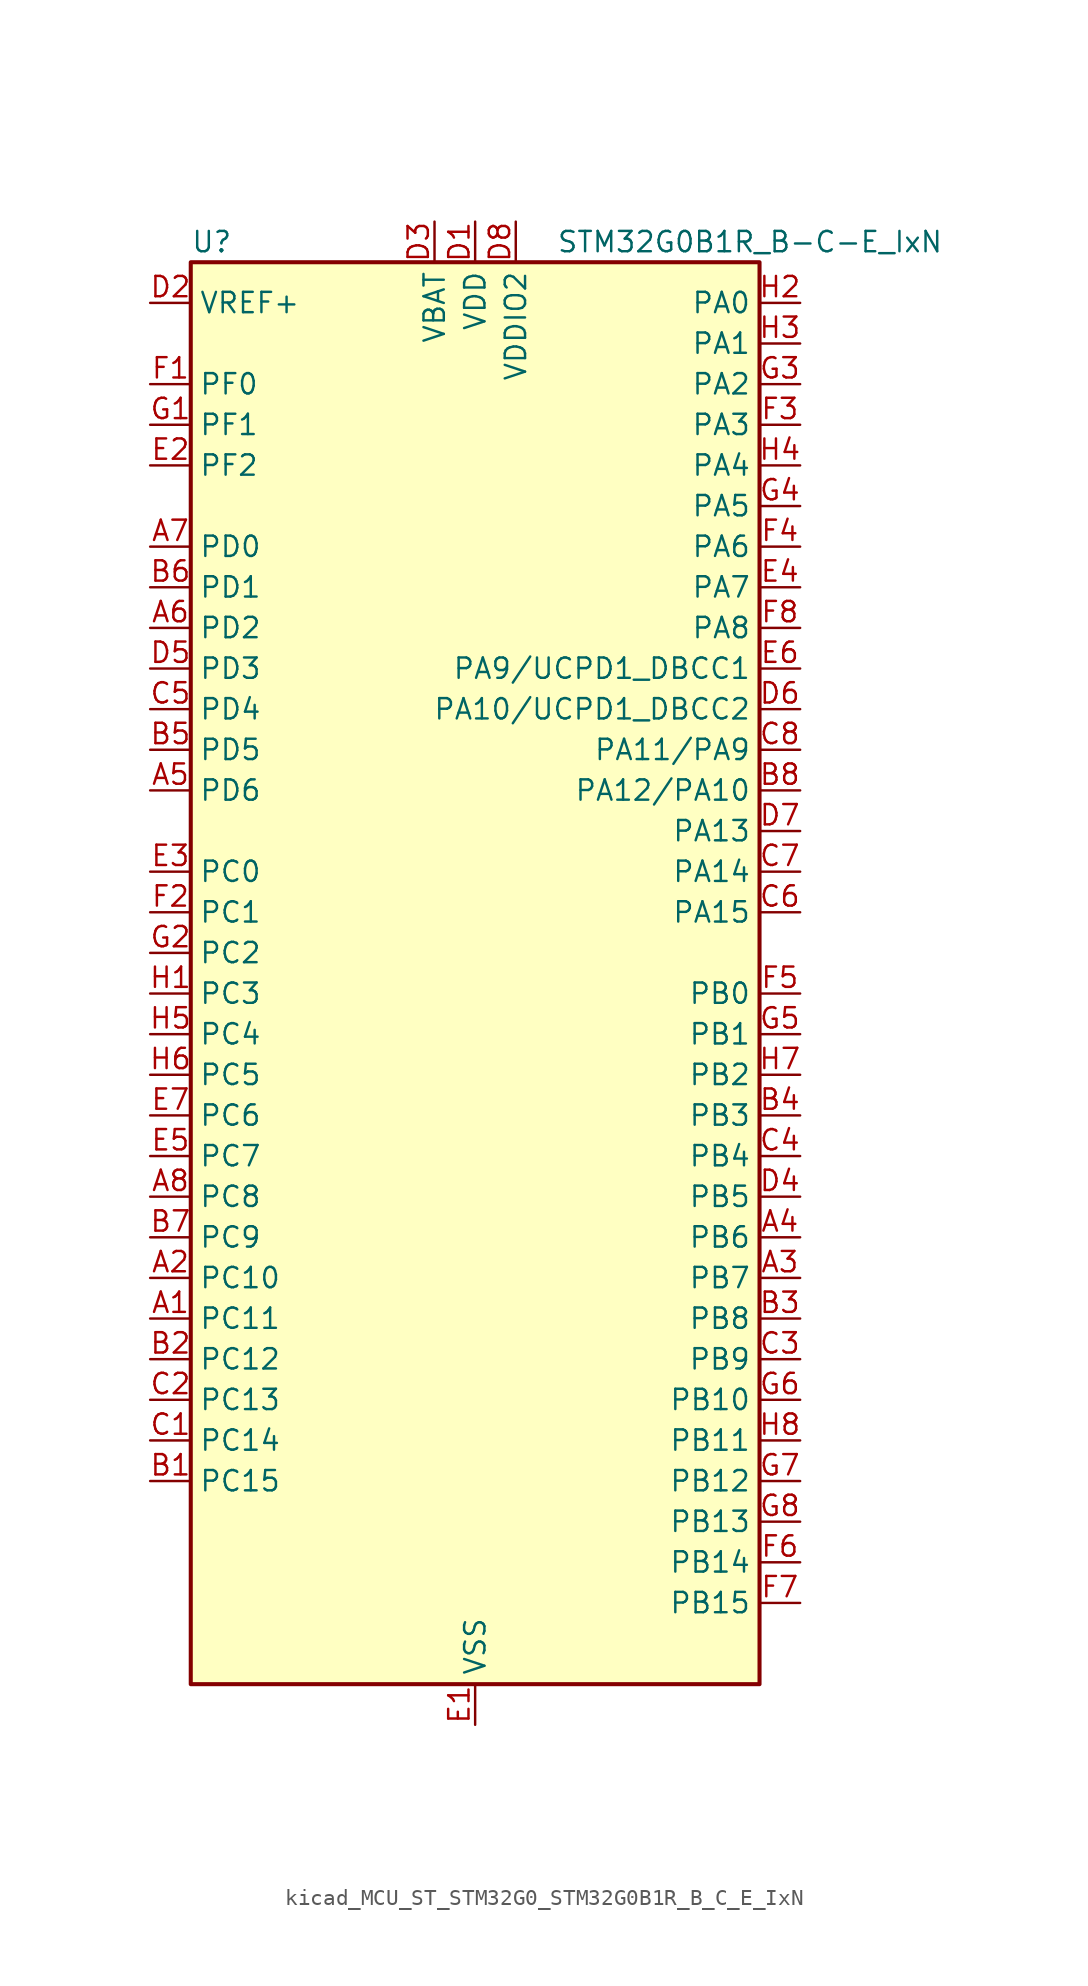
<source format=kicad_sym>
(kicad_symbol_lib
  (version 20220914)
  (generator kicad_symbol_editor)
  (symbol "kicad_MCU_ST_STM32G0_STM32G0B1R_B_C_E_IxN"
    (property "Reference" "U"
      (at -17.78 46.99 0)
      (effects (font (size 1.27 1.27)) (justify left)))
    (property "Value" "STM32G0B1R_B-C-E_IxN"
      (at 5.08 46.99 0)
      (effects (font (size 1.27 1.27)) (justify left)))
    (property "ki_locked" ""
      (at 0 0 0)
      (effects (font (size 1.27 1.27))))
    (symbol "kicad_MCU_ST_STM32G0_STM32G0B1R_B_C_E_IxN_0_1"
      (rectangle (start -17.78 -43.18) (end 17.78 45.72) (stroke (width 0.254) (type default)) (fill (type background))))
    (symbol "kicad_MCU_ST_STM32G0_STM32G0B1R_B_C_E_IxN_1_1"
      (pin bidirectional line (at -20.32 -20.32 0) (length 2.54) (name "PC11" (effects (font (size 1.27 1.27)))) (number "A1" (effects (font (size 1.27 1.27)))) (alternate "ADC1_EXTI11" bidirectional line) (alternate "SPI3_MISO" bidirectional line) (alternate "TIM1_CH4" bidirectional line) (alternate "USART3_RX" bidirectional line) (alternate "USART4_RX" bidirectional line))
      (pin bidirectional line (at -20.32 -17.78 0) (length 2.54) (name "PC10" (effects (font (size 1.27 1.27)))) (number "A2" (effects (font (size 1.27 1.27)))) (alternate "SPI3_SCK" bidirectional line) (alternate "TIM1_CH3" bidirectional line) (alternate "USART3_TX" bidirectional line) (alternate "USART4_TX" bidirectional line))
      (pin bidirectional line (at 20.32 -17.78 180) (length 2.54) (name "PB7" (effects (font (size 1.27 1.27)))) (number "A3" (effects (font (size 1.27 1.27)))) (alternate "COMP2_INM" bidirectional line) (alternate "I2C1_SDA" bidirectional line) (alternate "I2S2_SD" bidirectional line) (alternate "LPTIM1_IN2" bidirectional line) (alternate "LPUART2_RX" bidirectional line) (alternate "SPI2_MOSI" bidirectional line) (alternate "SYS_PVD_IN" bidirectional line) (alternate "TIM17_CH1N" bidirectional line) (alternate "TIM4_CH2" bidirectional line) (alternate "USART1_RX" bidirectional line) (alternate "USART4_CTS" bidirectional line) (alternate "USART4_NSS" bidirectional line))
      (pin bidirectional line (at 20.32 -15.24 180) (length 2.54) (name "PB6" (effects (font (size 1.27 1.27)))) (number "A4" (effects (font (size 1.27 1.27)))) (alternate "COMP2_INP" bidirectional line) (alternate "FDCAN2_TX" bidirectional line) (alternate "I2C1_SCL" bidirectional line) (alternate "I2S2_MCK" bidirectional line) (alternate "LPTIM1_ETR" bidirectional line) (alternate "LPUART2_TX" bidirectional line) (alternate "SPI2_MISO" bidirectional line) (alternate "TIM16_CH1N" bidirectional line) (alternate "TIM1_CH3" bidirectional line) (alternate "TIM4_CH1" bidirectional line) (alternate "USART1_TX" bidirectional line) (alternate "USART5_CTS" bidirectional line) (alternate "USART5_NSS" bidirectional line))
      (pin bidirectional line (at -20.32 12.7 0) (length 2.54) (name "PD6" (effects (font (size 1.27 1.27)))) (number "A5" (effects (font (size 1.27 1.27)))) (alternate "I2S1_SD" bidirectional line) (alternate "LPTIM2_OUT" bidirectional line) (alternate "SPI1_MOSI" bidirectional line) (alternate "USART2_RX" bidirectional line))
      (pin bidirectional line (at -20.32 22.86 0) (length 2.54) (name "PD2" (effects (font (size 1.27 1.27)))) (number "A6" (effects (font (size 1.27 1.27)))) (alternate "TIM1_CH1N" bidirectional line) (alternate "TIM3_ETR" bidirectional line) (alternate "UCPD2_CC2" bidirectional line) (alternate "USART3_CK" bidirectional line) (alternate "USART3_DE" bidirectional line) (alternate "USART3_RTS" bidirectional line) (alternate "USART5_RX" bidirectional line))
      (pin bidirectional line (at -20.32 27.94 0) (length 2.54) (name "PD0" (effects (font (size 1.27 1.27)))) (number "A7" (effects (font (size 1.27 1.27)))) (alternate "FDCAN1_RX" bidirectional line) (alternate "I2S2_WS" bidirectional line) (alternate "SPI2_NSS" bidirectional line) (alternate "TIM16_CH1" bidirectional line) (alternate "UCPD2_CC1" bidirectional line))
      (pin bidirectional line (at -20.32 -12.7 0) (length 2.54) (name "PC8" (effects (font (size 1.27 1.27)))) (number "A8" (effects (font (size 1.27 1.27)))) (alternate "LPUART2_CTS" bidirectional line) (alternate "TIM1_CH1" bidirectional line) (alternate "TIM3_CH3" bidirectional line) (alternate "UCPD2_FRSTX1" bidirectional line) (alternate "UCPD2_FRSTX2" bidirectional line))
      (pin bidirectional line (at -20.32 -30.48 0) (length 2.54) (name "PC15" (effects (font (size 1.27 1.27)))) (number "B1" (effects (font (size 1.27 1.27)))) (alternate "RCC_OSC32_EN" bidirectional line) (alternate "RCC_OSC32_OUT" bidirectional line) (alternate "RCC_OSC_EN" bidirectional line) (alternate "TIM15_BK" bidirectional line))
      (pin bidirectional line (at -20.32 -22.86 0) (length 2.54) (name "PC12" (effects (font (size 1.27 1.27)))) (number "B2" (effects (font (size 1.27 1.27)))) (alternate "LPTIM1_IN1" bidirectional line) (alternate "SPI3_MOSI" bidirectional line) (alternate "TIM14_CH1" bidirectional line) (alternate "UCPD1_FRSTX1" bidirectional line) (alternate "UCPD1_FRSTX2" bidirectional line) (alternate "USART5_TX" bidirectional line))
      (pin bidirectional line (at 20.32 -20.32 180) (length 2.54) (name "PB8" (effects (font (size 1.27 1.27)))) (number "B3" (effects (font (size 1.27 1.27)))) (alternate "CEC" bidirectional line) (alternate "FDCAN1_RX" bidirectional line) (alternate "I2C1_SCL" bidirectional line) (alternate "I2S2_CK" bidirectional line) (alternate "SPI2_SCK" bidirectional line) (alternate "TIM15_BK" bidirectional line) (alternate "TIM16_CH1" bidirectional line) (alternate "TIM4_CH3" bidirectional line) (alternate "USART3_TX" bidirectional line) (alternate "USART6_TX" bidirectional line))
      (pin bidirectional line (at 20.32 -7.62 180) (length 2.54) (name "PB3" (effects (font (size 1.27 1.27)))) (number "B4" (effects (font (size 1.27 1.27)))) (alternate "COMP2_INM" bidirectional line) (alternate "I2C2_SCL" bidirectional line) (alternate "I2C3_SCL" bidirectional line) (alternate "I2S1_CK" bidirectional line) (alternate "SPI1_SCK" bidirectional line) (alternate "SPI3_SCK" bidirectional line) (alternate "TIM1_CH2" bidirectional line) (alternate "TIM2_CH2" bidirectional line) (alternate "USART1_CK" bidirectional line) (alternate "USART1_DE" bidirectional line) (alternate "USART1_RTS" bidirectional line) (alternate "USART5_TX" bidirectional line))
      (pin bidirectional line (at -20.32 15.24 0) (length 2.54) (name "PD5" (effects (font (size 1.27 1.27)))) (number "B5" (effects (font (size 1.27 1.27)))) (alternate "I2S1_MCK" bidirectional line) (alternate "SPI1_MISO" bidirectional line) (alternate "TIM1_BK" bidirectional line) (alternate "USART2_TX" bidirectional line) (alternate "USART5_CTS" bidirectional line) (alternate "USART5_NSS" bidirectional line))
      (pin bidirectional line (at -20.32 25.4 0) (length 2.54) (name "PD1" (effects (font (size 1.27 1.27)))) (number "B6" (effects (font (size 1.27 1.27)))) (alternate "FDCAN1_TX" bidirectional line) (alternate "I2S2_CK" bidirectional line) (alternate "SPI2_SCK" bidirectional line) (alternate "TIM17_CH1" bidirectional line) (alternate "UCPD2_DBCC1" bidirectional line))
      (pin bidirectional line (at -20.32 -15.24 0) (length 2.54) (name "PC9" (effects (font (size 1.27 1.27)))) (number "B7" (effects (font (size 1.27 1.27)))) (alternate "DAC1_EXTI9" bidirectional line) (alternate "I2S_CKIN" bidirectional line) (alternate "LPUART2_DE" bidirectional line) (alternate "LPUART2_RTS" bidirectional line) (alternate "TIM1_CH2" bidirectional line) (alternate "TIM3_CH4" bidirectional line) (alternate "USB_NOE" bidirectional line))
      (pin bidirectional line (at 20.32 12.7 180) (length 2.54) (name "PA12/PA10" (effects (font (size 1.27 1.27)))) (number "B8" (effects (font (size 1.27 1.27)))) (alternate "COMP2_OUT" bidirectional line) (alternate "FDCAN1_TX" bidirectional line) (alternate "I2C2_SDA" bidirectional line) (alternate "I2S1_SD" bidirectional line) (alternate "I2S_CKIN" bidirectional line) (alternate "SPI1_MOSI" bidirectional line) (alternate "TIM1_ETR" bidirectional line) (alternate "USART1_CK" bidirectional line) (alternate "USART1_DE" bidirectional line) (alternate "USART1_RTS" bidirectional line) (alternate "USB_DP" bidirectional line))
      (pin bidirectional line (at -20.32 -27.94 0) (length 2.54) (name "PC14" (effects (font (size 1.27 1.27)))) (number "C1" (effects (font (size 1.27 1.27)))) (alternate "RCC_OSC32_IN" bidirectional line) (alternate "TIM1_BK2" bidirectional line))
      (pin bidirectional line (at -20.32 -25.4 0) (length 2.54) (name "PC13" (effects (font (size 1.27 1.27)))) (number "C2" (effects (font (size 1.27 1.27)))) (alternate "RTC_OUT1" bidirectional line) (alternate "RTC_TAMP_IN1" bidirectional line) (alternate "RTC_TS" bidirectional line) (alternate "SYS_WKUP2" bidirectional line) (alternate "TIM1_BK" bidirectional line))
      (pin bidirectional line (at 20.32 -22.86 180) (length 2.54) (name "PB9" (effects (font (size 1.27 1.27)))) (number "C3" (effects (font (size 1.27 1.27)))) (alternate "DAC1_EXTI9" bidirectional line) (alternate "FDCAN1_TX" bidirectional line) (alternate "I2C1_SDA" bidirectional line) (alternate "I2S2_WS" bidirectional line) (alternate "IR_OUT" bidirectional line) (alternate "SPI2_NSS" bidirectional line) (alternate "TIM17_CH1" bidirectional line) (alternate "TIM4_CH4" bidirectional line) (alternate "UCPD2_FRSTX1" bidirectional line) (alternate "UCPD2_FRSTX2" bidirectional line) (alternate "USART3_RX" bidirectional line) (alternate "USART6_RX" bidirectional line))
      (pin bidirectional line (at 20.32 -10.16 180) (length 2.54) (name "PB4" (effects (font (size 1.27 1.27)))) (number "C4" (effects (font (size 1.27 1.27)))) (alternate "COMP2_INP" bidirectional line) (alternate "I2C2_SDA" bidirectional line) (alternate "I2C3_SDA" bidirectional line) (alternate "I2S1_MCK" bidirectional line) (alternate "SPI1_MISO" bidirectional line) (alternate "SPI3_MISO" bidirectional line) (alternate "TIM17_BK" bidirectional line) (alternate "TIM3_CH1" bidirectional line) (alternate "USART1_CTS" bidirectional line) (alternate "USART1_NSS" bidirectional line) (alternate "USART5_RX" bidirectional line))
      (pin bidirectional line (at -20.32 17.78 0) (length 2.54) (name "PD4" (effects (font (size 1.27 1.27)))) (number "C5" (effects (font (size 1.27 1.27)))) (alternate "I2S2_SD" bidirectional line) (alternate "SPI2_MOSI" bidirectional line) (alternate "TIM1_CH3N" bidirectional line) (alternate "USART2_CK" bidirectional line) (alternate "USART2_DE" bidirectional line) (alternate "USART2_RTS" bidirectional line) (alternate "USART5_CK" bidirectional line) (alternate "USART5_DE" bidirectional line) (alternate "USART5_RTS" bidirectional line))
      (pin bidirectional line (at 20.32 5.08 180) (length 2.54) (name "PA15" (effects (font (size 1.27 1.27)))) (number "C6" (effects (font (size 1.27 1.27)))) (alternate "I2C2_SMBA" bidirectional line) (alternate "I2S1_WS" bidirectional line) (alternate "RCC_MCO_2" bidirectional line) (alternate "SPI1_NSS" bidirectional line) (alternate "SPI3_NSS" bidirectional line) (alternate "TIM2_CH1" bidirectional line) (alternate "TIM2_ETR" bidirectional line) (alternate "USART2_RX" bidirectional line) (alternate "USART3_CK" bidirectional line) (alternate "USART3_DE" bidirectional line) (alternate "USART3_RTS" bidirectional line) (alternate "USART4_CK" bidirectional line) (alternate "USART4_DE" bidirectional line) (alternate "USART4_RTS" bidirectional line) (alternate "USB_NOE" bidirectional line))
      (pin bidirectional line (at 20.32 7.62 180) (length 2.54) (name "PA14" (effects (font (size 1.27 1.27)))) (number "C7" (effects (font (size 1.27 1.27)))) (alternate "LPUART2_TX" bidirectional line) (alternate "SYS_SWCLK" bidirectional line) (alternate "USART2_TX" bidirectional line))
      (pin bidirectional line (at 20.32 15.24 180) (length 2.54) (name "PA11/PA9" (effects (font (size 1.27 1.27)))) (number "C8" (effects (font (size 1.27 1.27)))) (alternate "ADC1_EXTI11" bidirectional line) (alternate "COMP1_OUT" bidirectional line) (alternate "FDCAN1_RX" bidirectional line) (alternate "I2C2_SCL" bidirectional line) (alternate "I2S1_MCK" bidirectional line) (alternate "SPI1_MISO" bidirectional line) (alternate "TIM1_BK2" bidirectional line) (alternate "TIM1_CH4" bidirectional line) (alternate "USART1_CTS" bidirectional line) (alternate "USART1_NSS" bidirectional line) (alternate "USB_DM" bidirectional line))
      (pin power_in line (at 0 48.26 270) (length 2.54) (name "VDD" (effects (font (size 1.27 1.27)))) (number "D1" (effects (font (size 1.27 1.27)))))
      (pin input line (at -20.32 43.18 0) (length 2.54) (name "VREF+" (effects (font (size 1.27 1.27)))) (number "D2" (effects (font (size 1.27 1.27)))) (alternate "VREFBUF_OUT" bidirectional line))
      (pin power_in line (at -2.54 48.26 270) (length 2.54) (name "VBAT" (effects (font (size 1.27 1.27)))) (number "D3" (effects (font (size 1.27 1.27)))))
      (pin bidirectional line (at 20.32 -12.7 180) (length 2.54) (name "PB5" (effects (font (size 1.27 1.27)))) (number "D4" (effects (font (size 1.27 1.27)))) (alternate "COMP2_OUT" bidirectional line) (alternate "FDCAN2_RX" bidirectional line) (alternate "I2C1_SMBA" bidirectional line) (alternate "I2S1_SD" bidirectional line) (alternate "LPTIM1_IN1" bidirectional line) (alternate "SPI1_MOSI" bidirectional line) (alternate "SPI3_MOSI" bidirectional line) (alternate "SYS_WKUP6" bidirectional line) (alternate "TIM16_BK" bidirectional line) (alternate "TIM3_CH2" bidirectional line) (alternate "USART5_CK" bidirectional line) (alternate "USART5_DE" bidirectional line) (alternate "USART5_RTS" bidirectional line))
      (pin bidirectional line (at -20.32 20.32 0) (length 2.54) (name "PD3" (effects (font (size 1.27 1.27)))) (number "D5" (effects (font (size 1.27 1.27)))) (alternate "I2S2_MCK" bidirectional line) (alternate "SPI2_MISO" bidirectional line) (alternate "TIM1_CH2N" bidirectional line) (alternate "UCPD2_DBCC2" bidirectional line) (alternate "USART2_CTS" bidirectional line) (alternate "USART2_NSS" bidirectional line) (alternate "USART5_TX" bidirectional line))
      (pin bidirectional line (at 20.32 17.78 180) (length 2.54) (name "PA10/UCPD1_DBCC2" (effects (font (size 1.27 1.27)))) (number "D6" (effects (font (size 1.27 1.27)))) (alternate "I2C1_SDA" bidirectional line) (alternate "I2C2_SDA" bidirectional line) (alternate "I2S2_SD" bidirectional line) (alternate "RCC_MCO_2" bidirectional line) (alternate "SPI2_MOSI" bidirectional line) (alternate "TIM17_BK" bidirectional line) (alternate "TIM1_CH3" bidirectional line) (alternate "UCPD1_DBCC2" bidirectional line) (alternate "USART1_RX" bidirectional line))
      (pin bidirectional line (at 20.32 10.16 180) (length 2.54) (name "PA13" (effects (font (size 1.27 1.27)))) (number "D7" (effects (font (size 1.27 1.27)))) (alternate "IR_OUT" bidirectional line) (alternate "LPUART2_RX" bidirectional line) (alternate "SYS_SWDIO" bidirectional line) (alternate "USB_NOE" bidirectional line))
      (pin power_in line (at 2.54 48.26 270) (length 2.54) (name "VDDIO2" (effects (font (size 1.27 1.27)))) (number "D8" (effects (font (size 1.27 1.27)))))
      (pin power_in line (at 0 -45.72 90) (length 2.54) (name "VSS" (effects (font (size 1.27 1.27)))) (number "E1" (effects (font (size 1.27 1.27)))))
      (pin bidirectional line (at -20.32 33.02 0) (length 2.54) (name "PF2" (effects (font (size 1.27 1.27)))) (number "E2" (effects (font (size 1.27 1.27)))) (alternate "LPUART2_DE" bidirectional line) (alternate "LPUART2_RTS" bidirectional line) (alternate "LPUART2_TX" bidirectional line) (alternate "RCC_MCO" bidirectional line))
      (pin bidirectional line (at -20.32 7.62 0) (length 2.54) (name "PC0" (effects (font (size 1.27 1.27)))) (number "E3" (effects (font (size 1.27 1.27)))) (alternate "COMP3_INM" bidirectional line) (alternate "COMP3_OUT" bidirectional line) (alternate "I2C3_SCL" bidirectional line) (alternate "LPTIM1_IN1" bidirectional line) (alternate "LPTIM2_IN1" bidirectional line) (alternate "LPUART1_RX" bidirectional line) (alternate "LPUART2_TX" bidirectional line) (alternate "USART6_TX" bidirectional line))
      (pin bidirectional line (at 20.32 25.4 180) (length 2.54) (name "PA7" (effects (font (size 1.27 1.27)))) (number "E4" (effects (font (size 1.27 1.27)))) (alternate "ADC1_IN7" bidirectional line) (alternate "COMP2_OUT" bidirectional line) (alternate "I2C2_SCL" bidirectional line) (alternate "I2C3_SCL" bidirectional line) (alternate "I2S1_SD" bidirectional line) (alternate "SPI1_MOSI" bidirectional line) (alternate "TIM14_CH1" bidirectional line) (alternate "TIM17_CH1" bidirectional line) (alternate "TIM1_CH1N" bidirectional line) (alternate "TIM3_CH2" bidirectional line) (alternate "UCPD1_FRSTX1" bidirectional line) (alternate "UCPD1_FRSTX2" bidirectional line) (alternate "USART6_CK" bidirectional line) (alternate "USART6_DE" bidirectional line) (alternate "USART6_RTS" bidirectional line))
      (pin bidirectional line (at -20.32 -10.16 0) (length 2.54) (name "PC7" (effects (font (size 1.27 1.27)))) (number "E5" (effects (font (size 1.27 1.27)))) (alternate "LPUART2_RX" bidirectional line) (alternate "TIM2_CH4" bidirectional line) (alternate "TIM3_CH2" bidirectional line) (alternate "UCPD2_FRSTX1" bidirectional line) (alternate "UCPD2_FRSTX2" bidirectional line))
      (pin bidirectional line (at 20.32 20.32 180) (length 2.54) (name "PA9/UCPD1_DBCC1" (effects (font (size 1.27 1.27)))) (number "E6" (effects (font (size 1.27 1.27)))) (alternate "DAC1_EXTI9" bidirectional line) (alternate "I2C1_SCL" bidirectional line) (alternate "I2C2_SCL" bidirectional line) (alternate "I2S2_MCK" bidirectional line) (alternate "RCC_MCO" bidirectional line) (alternate "SPI2_MISO" bidirectional line) (alternate "TIM15_BK" bidirectional line) (alternate "TIM1_CH2" bidirectional line) (alternate "UCPD1_DBCC1" bidirectional line) (alternate "USART1_TX" bidirectional line))
      (pin bidirectional line (at -20.32 -7.62 0) (length 2.54) (name "PC6" (effects (font (size 1.27 1.27)))) (number "E7" (effects (font (size 1.27 1.27)))) (alternate "LPUART2_TX" bidirectional line) (alternate "TIM2_CH3" bidirectional line) (alternate "TIM3_CH1" bidirectional line) (alternate "UCPD1_FRSTX1" bidirectional line) (alternate "UCPD1_FRSTX2" bidirectional line))
      (pin passive line (at 0 -45.72 90) (length 2.54) hide (name "VSS" (effects (font (size 1.27 1.27)))) (number "E8" (effects (font (size 1.27 1.27)))))
      (pin bidirectional line (at -20.32 38.1 0) (length 2.54) (name "PF0" (effects (font (size 1.27 1.27)))) (number "F1" (effects (font (size 1.27 1.27)))) (alternate "CRS1_SYNC" bidirectional line) (alternate "RCC_OSC_IN" bidirectional line) (alternate "TIM14_CH1" bidirectional line))
      (pin bidirectional line (at -20.32 5.08 0) (length 2.54) (name "PC1" (effects (font (size 1.27 1.27)))) (number "F2" (effects (font (size 1.27 1.27)))) (alternate "COMP3_INP" bidirectional line) (alternate "I2C3_SDA" bidirectional line) (alternate "LPTIM1_OUT" bidirectional line) (alternate "LPUART1_TX" bidirectional line) (alternate "LPUART2_RX" bidirectional line) (alternate "TIM15_CH1" bidirectional line) (alternate "USART6_RX" bidirectional line))
      (pin bidirectional line (at 20.32 35.56 180) (length 2.54) (name "PA3" (effects (font (size 1.27 1.27)))) (number "F3" (effects (font (size 1.27 1.27)))) (alternate "ADC1_IN3" bidirectional line) (alternate "COMP2_INP" bidirectional line) (alternate "I2S2_MCK" bidirectional line) (alternate "LPUART1_RX" bidirectional line) (alternate "SPI2_MISO" bidirectional line) (alternate "TIM15_CH2" bidirectional line) (alternate "TIM2_CH4" bidirectional line) (alternate "UCPD2_FRSTX1" bidirectional line) (alternate "UCPD2_FRSTX2" bidirectional line) (alternate "USART2_RX" bidirectional line))
      (pin bidirectional line (at 20.32 27.94 180) (length 2.54) (name "PA6" (effects (font (size 1.27 1.27)))) (number "F4" (effects (font (size 1.27 1.27)))) (alternate "ADC1_IN6" bidirectional line) (alternate "COMP1_OUT" bidirectional line) (alternate "I2C2_SDA" bidirectional line) (alternate "I2C3_SDA" bidirectional line) (alternate "I2S1_MCK" bidirectional line) (alternate "LPUART1_CTS" bidirectional line) (alternate "SPI1_MISO" bidirectional line) (alternate "TIM16_CH1" bidirectional line) (alternate "TIM1_BK" bidirectional line) (alternate "TIM3_CH1" bidirectional line) (alternate "USART3_CTS" bidirectional line) (alternate "USART3_NSS" bidirectional line) (alternate "USART6_CTS" bidirectional line) (alternate "USART6_NSS" bidirectional line))
      (pin bidirectional line (at 20.32 0 180) (length 2.54) (name "PB0" (effects (font (size 1.27 1.27)))) (number "F5" (effects (font (size 1.27 1.27)))) (alternate "ADC1_IN8" bidirectional line) (alternate "COMP1_OUT" bidirectional line) (alternate "COMP3_INP" bidirectional line) (alternate "FDCAN2_RX" bidirectional line) (alternate "I2S1_WS" bidirectional line) (alternate "LPTIM1_OUT" bidirectional line) (alternate "LPUART2_CTS" bidirectional line) (alternate "SPI1_NSS" bidirectional line) (alternate "TIM1_CH2N" bidirectional line) (alternate "TIM3_CH3" bidirectional line) (alternate "UCPD1_FRSTX1" bidirectional line) (alternate "UCPD1_FRSTX2" bidirectional line) (alternate "USART3_RX" bidirectional line) (alternate "USART5_TX" bidirectional line))
      (pin bidirectional line (at 20.32 -35.56 180) (length 2.54) (name "PB14" (effects (font (size 1.27 1.27)))) (number "F6" (effects (font (size 1.27 1.27)))) (alternate "I2C2_SDA" bidirectional line) (alternate "I2S2_MCK" bidirectional line) (alternate "SPI2_MISO" bidirectional line) (alternate "TIM15_CH1" bidirectional line) (alternate "TIM1_CH2N" bidirectional line) (alternate "UCPD1_FRSTX1" bidirectional line) (alternate "UCPD1_FRSTX2" bidirectional line) (alternate "USART3_CK" bidirectional line) (alternate "USART3_DE" bidirectional line) (alternate "USART3_RTS" bidirectional line) (alternate "USART6_CK" bidirectional line) (alternate "USART6_DE" bidirectional line) (alternate "USART6_RTS" bidirectional line))
      (pin bidirectional line (at 20.32 -38.1 180) (length 2.54) (name "PB15" (effects (font (size 1.27 1.27)))) (number "F7" (effects (font (size 1.27 1.27)))) (alternate "I2S2_SD" bidirectional line) (alternate "RTC_REFIN" bidirectional line) (alternate "SPI2_MOSI" bidirectional line) (alternate "TIM15_CH1N" bidirectional line) (alternate "TIM15_CH2" bidirectional line) (alternate "TIM1_CH3N" bidirectional line) (alternate "UCPD1_CC2" bidirectional line) (alternate "USART6_CTS" bidirectional line) (alternate "USART6_NSS" bidirectional line))
      (pin bidirectional line (at 20.32 22.86 180) (length 2.54) (name "PA8" (effects (font (size 1.27 1.27)))) (number "F8" (effects (font (size 1.27 1.27)))) (alternate "CRS1_SYNC" bidirectional line) (alternate "I2C2_SMBA" bidirectional line) (alternate "I2S2_WS" bidirectional line) (alternate "LPTIM2_OUT" bidirectional line) (alternate "RCC_MCO" bidirectional line) (alternate "SPI2_NSS" bidirectional line) (alternate "TIM1_CH1" bidirectional line) (alternate "UCPD1_CC1" bidirectional line))
      (pin bidirectional line (at -20.32 35.56 0) (length 2.54) (name "PF1" (effects (font (size 1.27 1.27)))) (number "G1" (effects (font (size 1.27 1.27)))) (alternate "RCC_OSC_EN" bidirectional line) (alternate "RCC_OSC_OUT" bidirectional line) (alternate "TIM15_CH1N" bidirectional line))
      (pin bidirectional line (at -20.32 2.54 0) (length 2.54) (name "PC2" (effects (font (size 1.27 1.27)))) (number "G2" (effects (font (size 1.27 1.27)))) (alternate "COMP3_OUT" bidirectional line) (alternate "FDCAN2_RX" bidirectional line) (alternate "I2S2_MCK" bidirectional line) (alternate "LPTIM1_IN2" bidirectional line) (alternate "SPI2_MISO" bidirectional line) (alternate "TIM15_CH2" bidirectional line))
      (pin bidirectional line (at 20.32 38.1 180) (length 2.54) (name "PA2" (effects (font (size 1.27 1.27)))) (number "G3" (effects (font (size 1.27 1.27)))) (alternate "ADC1_IN2" bidirectional line) (alternate "COMP2_INM" bidirectional line) (alternate "COMP2_OUT" bidirectional line) (alternate "I2S1_SD" bidirectional line) (alternate "LPUART1_TX" bidirectional line) (alternate "RCC_LSCO" bidirectional line) (alternate "SPI1_MOSI" bidirectional line) (alternate "SYS_WKUP4" bidirectional line) (alternate "TIM15_CH1" bidirectional line) (alternate "TIM2_CH3" bidirectional line) (alternate "UCPD1_FRSTX1" bidirectional line) (alternate "UCPD1_FRSTX2" bidirectional line) (alternate "USART2_TX" bidirectional line))
      (pin bidirectional line (at 20.32 30.48 180) (length 2.54) (name "PA5" (effects (font (size 1.27 1.27)))) (number "G4" (effects (font (size 1.27 1.27)))) (alternate "ADC1_IN5" bidirectional line) (alternate "CEC" bidirectional line) (alternate "DAC1_OUT2" bidirectional line) (alternate "I2S1_CK" bidirectional line) (alternate "LPTIM2_ETR" bidirectional line) (alternate "SPI1_SCK" bidirectional line) (alternate "TIM2_CH1" bidirectional line) (alternate "TIM2_ETR" bidirectional line) (alternate "UCPD1_FRSTX1" bidirectional line) (alternate "UCPD1_FRSTX2" bidirectional line) (alternate "USART3_TX" bidirectional line) (alternate "USART6_RX" bidirectional line))
      (pin bidirectional line (at 20.32 -2.54 180) (length 2.54) (name "PB1" (effects (font (size 1.27 1.27)))) (number "G5" (effects (font (size 1.27 1.27)))) (alternate "ADC1_IN9" bidirectional line) (alternate "COMP1_INM" bidirectional line) (alternate "COMP3_OUT" bidirectional line) (alternate "FDCAN2_TX" bidirectional line) (alternate "LPTIM2_IN1" bidirectional line) (alternate "LPUART1_DE" bidirectional line) (alternate "LPUART1_RTS" bidirectional line) (alternate "LPUART2_DE" bidirectional line) (alternate "LPUART2_RTS" bidirectional line) (alternate "TIM14_CH1" bidirectional line) (alternate "TIM1_CH3N" bidirectional line) (alternate "TIM3_CH4" bidirectional line) (alternate "USART3_CK" bidirectional line) (alternate "USART3_DE" bidirectional line) (alternate "USART3_RTS" bidirectional line) (alternate "USART5_RX" bidirectional line))
      (pin bidirectional line (at 20.32 -25.4 180) (length 2.54) (name "PB10" (effects (font (size 1.27 1.27)))) (number "G6" (effects (font (size 1.27 1.27)))) (alternate "ADC1_IN11" bidirectional line) (alternate "CEC" bidirectional line) (alternate "COMP1_OUT" bidirectional line) (alternate "I2C2_SCL" bidirectional line) (alternate "I2S2_CK" bidirectional line) (alternate "LPUART1_RX" bidirectional line) (alternate "SPI2_SCK" bidirectional line) (alternate "TIM2_CH3" bidirectional line) (alternate "USART3_TX" bidirectional line))
      (pin bidirectional line (at 20.32 -30.48 180) (length 2.54) (name "PB12" (effects (font (size 1.27 1.27)))) (number "G7" (effects (font (size 1.27 1.27)))) (alternate "ADC1_IN16" bidirectional line) (alternate "FDCAN2_RX" bidirectional line) (alternate "I2C2_SMBA" bidirectional line) (alternate "I2S2_WS" bidirectional line) (alternate "LPUART1_DE" bidirectional line) (alternate "LPUART1_RTS" bidirectional line) (alternate "SPI2_NSS" bidirectional line) (alternate "TIM15_BK" bidirectional line) (alternate "TIM1_BK" bidirectional line) (alternate "UCPD2_FRSTX1" bidirectional line) (alternate "UCPD2_FRSTX2" bidirectional line))
      (pin bidirectional line (at 20.32 -33.02 180) (length 2.54) (name "PB13" (effects (font (size 1.27 1.27)))) (number "G8" (effects (font (size 1.27 1.27)))) (alternate "FDCAN2_TX" bidirectional line) (alternate "I2C2_SCL" bidirectional line) (alternate "I2S2_CK" bidirectional line) (alternate "LPUART1_CTS" bidirectional line) (alternate "SPI2_SCK" bidirectional line) (alternate "TIM15_CH1N" bidirectional line) (alternate "TIM1_CH1N" bidirectional line) (alternate "USART3_CTS" bidirectional line) (alternate "USART3_NSS" bidirectional line))
      (pin bidirectional line (at -20.32 0 0) (length 2.54) (name "PC3" (effects (font (size 1.27 1.27)))) (number "H1" (effects (font (size 1.27 1.27)))) (alternate "FDCAN2_TX" bidirectional line) (alternate "I2S2_SD" bidirectional line) (alternate "LPTIM1_ETR" bidirectional line) (alternate "LPTIM2_ETR" bidirectional line) (alternate "SPI2_MOSI" bidirectional line))
      (pin bidirectional line (at 20.32 43.18 180) (length 2.54) (name "PA0" (effects (font (size 1.27 1.27)))) (number "H2" (effects (font (size 1.27 1.27)))) (alternate "ADC1_IN0" bidirectional line) (alternate "COMP1_INM" bidirectional line) (alternate "COMP1_OUT" bidirectional line) (alternate "I2S2_CK" bidirectional line) (alternate "LPTIM1_OUT" bidirectional line) (alternate "RTC_TAMP_IN2" bidirectional line) (alternate "SPI2_SCK" bidirectional line) (alternate "SYS_WKUP1" bidirectional line) (alternate "TIM2_CH1" bidirectional line) (alternate "TIM2_ETR" bidirectional line) (alternate "UCPD2_FRSTX1" bidirectional line) (alternate "UCPD2_FRSTX2" bidirectional line) (alternate "USART2_CTS" bidirectional line) (alternate "USART2_NSS" bidirectional line) (alternate "USART4_TX" bidirectional line))
      (pin bidirectional line (at 20.32 40.64 180) (length 2.54) (name "PA1" (effects (font (size 1.27 1.27)))) (number "H3" (effects (font (size 1.27 1.27)))) (alternate "ADC1_IN1" bidirectional line) (alternate "COMP1_INP" bidirectional line) (alternate "I2C1_SMBA" bidirectional line) (alternate "I2S1_CK" bidirectional line) (alternate "SPI1_SCK" bidirectional line) (alternate "TIM15_CH1N" bidirectional line) (alternate "TIM2_CH2" bidirectional line) (alternate "USART2_CK" bidirectional line) (alternate "USART2_DE" bidirectional line) (alternate "USART2_RTS" bidirectional line) (alternate "USART4_RX" bidirectional line))
      (pin bidirectional line (at 20.32 33.02 180) (length 2.54) (name "PA4" (effects (font (size 1.27 1.27)))) (number "H4" (effects (font (size 1.27 1.27)))) (alternate "ADC1_IN4" bidirectional line) (alternate "DAC1_OUT1" bidirectional line) (alternate "I2S1_WS" bidirectional line) (alternate "I2S2_SD" bidirectional line) (alternate "LPTIM2_OUT" bidirectional line) (alternate "RTC_OUT2" bidirectional line) (alternate "SPI1_NSS" bidirectional line) (alternate "SPI2_MOSI" bidirectional line) (alternate "SPI3_NSS" bidirectional line) (alternate "TIM14_CH1" bidirectional line) (alternate "UCPD2_FRSTX1" bidirectional line) (alternate "UCPD2_FRSTX2" bidirectional line) (alternate "USART6_TX" bidirectional line) (alternate "USB_NOE" bidirectional line))
      (pin bidirectional line (at -20.32 -2.54 0) (length 2.54) (name "PC4" (effects (font (size 1.27 1.27)))) (number "H5" (effects (font (size 1.27 1.27)))) (alternate "ADC1_IN17" bidirectional line) (alternate "COMP1_INM" bidirectional line) (alternate "FDCAN1_RX" bidirectional line) (alternate "TIM2_CH1" bidirectional line) (alternate "TIM2_ETR" bidirectional line) (alternate "USART1_TX" bidirectional line) (alternate "USART3_TX" bidirectional line))
      (pin bidirectional line (at -20.32 -5.08 0) (length 2.54) (name "PC5" (effects (font (size 1.27 1.27)))) (number "H6" (effects (font (size 1.27 1.27)))) (alternate "ADC1_IN18" bidirectional line) (alternate "COMP1_INP" bidirectional line) (alternate "FDCAN1_TX" bidirectional line) (alternate "SYS_WKUP5" bidirectional line) (alternate "TIM2_CH2" bidirectional line) (alternate "USART1_RX" bidirectional line) (alternate "USART3_RX" bidirectional line))
      (pin bidirectional line (at 20.32 -5.08 180) (length 2.54) (name "PB2" (effects (font (size 1.27 1.27)))) (number "H7" (effects (font (size 1.27 1.27)))) (alternate "ADC1_IN10" bidirectional line) (alternate "COMP1_INP" bidirectional line) (alternate "COMP3_INM" bidirectional line) (alternate "I2S2_MCK" bidirectional line) (alternate "LPTIM1_OUT" bidirectional line) (alternate "RCC_MCO_2" bidirectional line) (alternate "SPI2_MISO" bidirectional line) (alternate "USART3_TX" bidirectional line))
      (pin bidirectional line (at 20.32 -27.94 180) (length 2.54) (name "PB11" (effects (font (size 1.27 1.27)))) (number "H8" (effects (font (size 1.27 1.27)))) (alternate "ADC1_EXTI11" bidirectional line) (alternate "ADC1_IN15" bidirectional line) (alternate "COMP2_OUT" bidirectional line) (alternate "I2C2_SDA" bidirectional line) (alternate "I2S2_SD" bidirectional line) (alternate "LPUART1_TX" bidirectional line) (alternate "SPI2_MOSI" bidirectional line) (alternate "TIM2_CH4" bidirectional line) (alternate "USART3_RX" bidirectional line)))))
</source>
